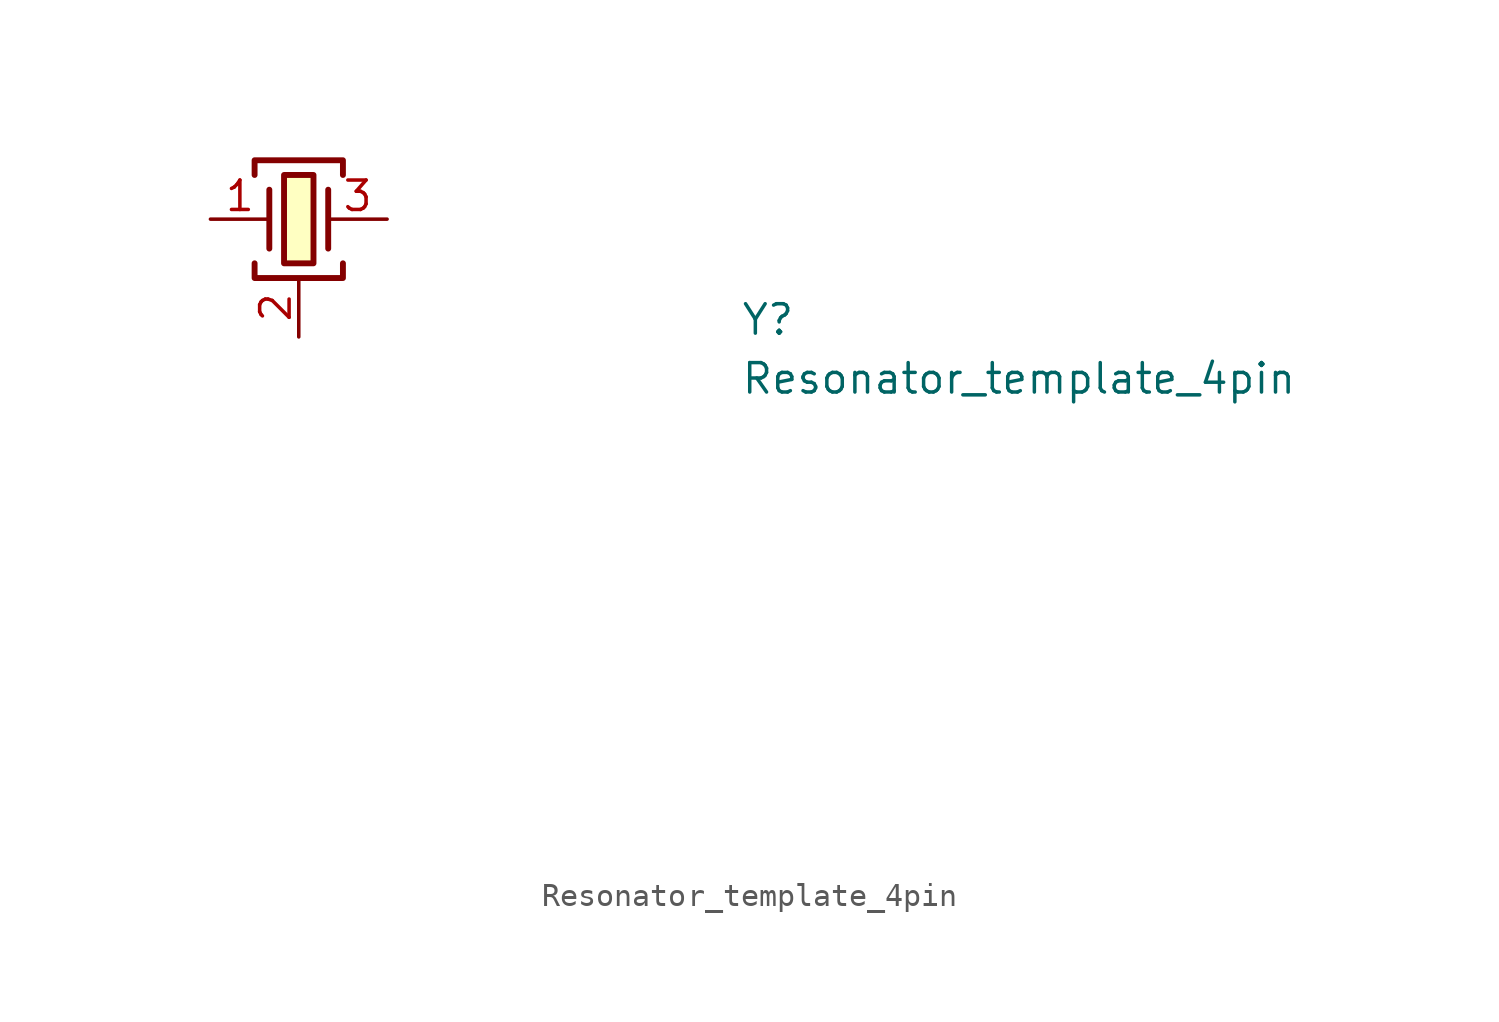
<source format=kicad_sym>
(kicad_symbol_lib
  (version 20220914)
  (generator kicad_symbol_editor)
  (symbol "Resonator_template_4pin"
    (pin_names hide)
    (property "Reference" "Y"
      (at 22.86 -5.08 0)
      (effects (font (size 1.27 1.27) (thickness 0.15)) (justify left bottom)))
    (property "Value" "Resonator_template_4pin"
      (at 22.86 -7.62 0)
      (effects (font (size 1.27 1.27) (thickness 0.15)) (justify left bottom)))
    (property "MPN" ""
      (at 22.86 -15.24 0)
      (effects (font (size 1.27 1.27) (thickness 0.15)) (justify left bottom)))
    (property "Val" ""
      (at 22.86 -25.4 0)
      (effects (font (size 1.27 1.27)) (justify left bottom)))
    (symbol "Resonator_template_4pin_1_1"
      (polyline (pts (xy 2.54 1.27) (xy 2.54 -1.27)) (stroke (width 0.254) (type default)) (fill (type background)))
      (polyline (pts (xy 5.08 1.27) (xy 5.08 -1.27)) (stroke (width 0.254) (type default)) (fill (type background)))
      (polyline (pts (xy 1.905 -1.905) (xy 1.905 -2.54) (xy 5.715 -2.54) (xy 5.715 -1.905)) (stroke (width 0.254) (type default)) (fill (type none)))
      (polyline (pts (xy 1.905 1.905) (xy 1.905 2.54) (xy 5.715 2.54) (xy 5.715 1.905)) (stroke (width 0.254) (type default)) (fill (type none)))
      (rectangle (start 3.175 1.905) (end 4.445 -1.905) (stroke (width 0.254) (type default)) (fill (type background)))
      (pin passive line (at 0 0 0) (length 2.54) (name "~" (effects (font (size 1.27 1.27)))) (number "1" (effects (font (size 1.27 1.27)))))
      (pin passive line (at 3.81 -5.08 90) (length 2.54) (name "SH" (effects (font (size 1.27 1.27)))) (number "2" (effects (font (size 1.27 1.27)))))
      (pin passive line (at 7.62 0 180) (length 2.54) (name "~" (effects (font (size 1.27 1.27)))) (number "3" (effects (font (size 1.27 1.27)))))
      (pin passive line (at 3.81 -5.08 90) (length 2.54) hide (name "SH" (effects (font (size 1.27 1.27)))) (number "4" (effects (font (size 1.27 1.27))))))))
</source>
